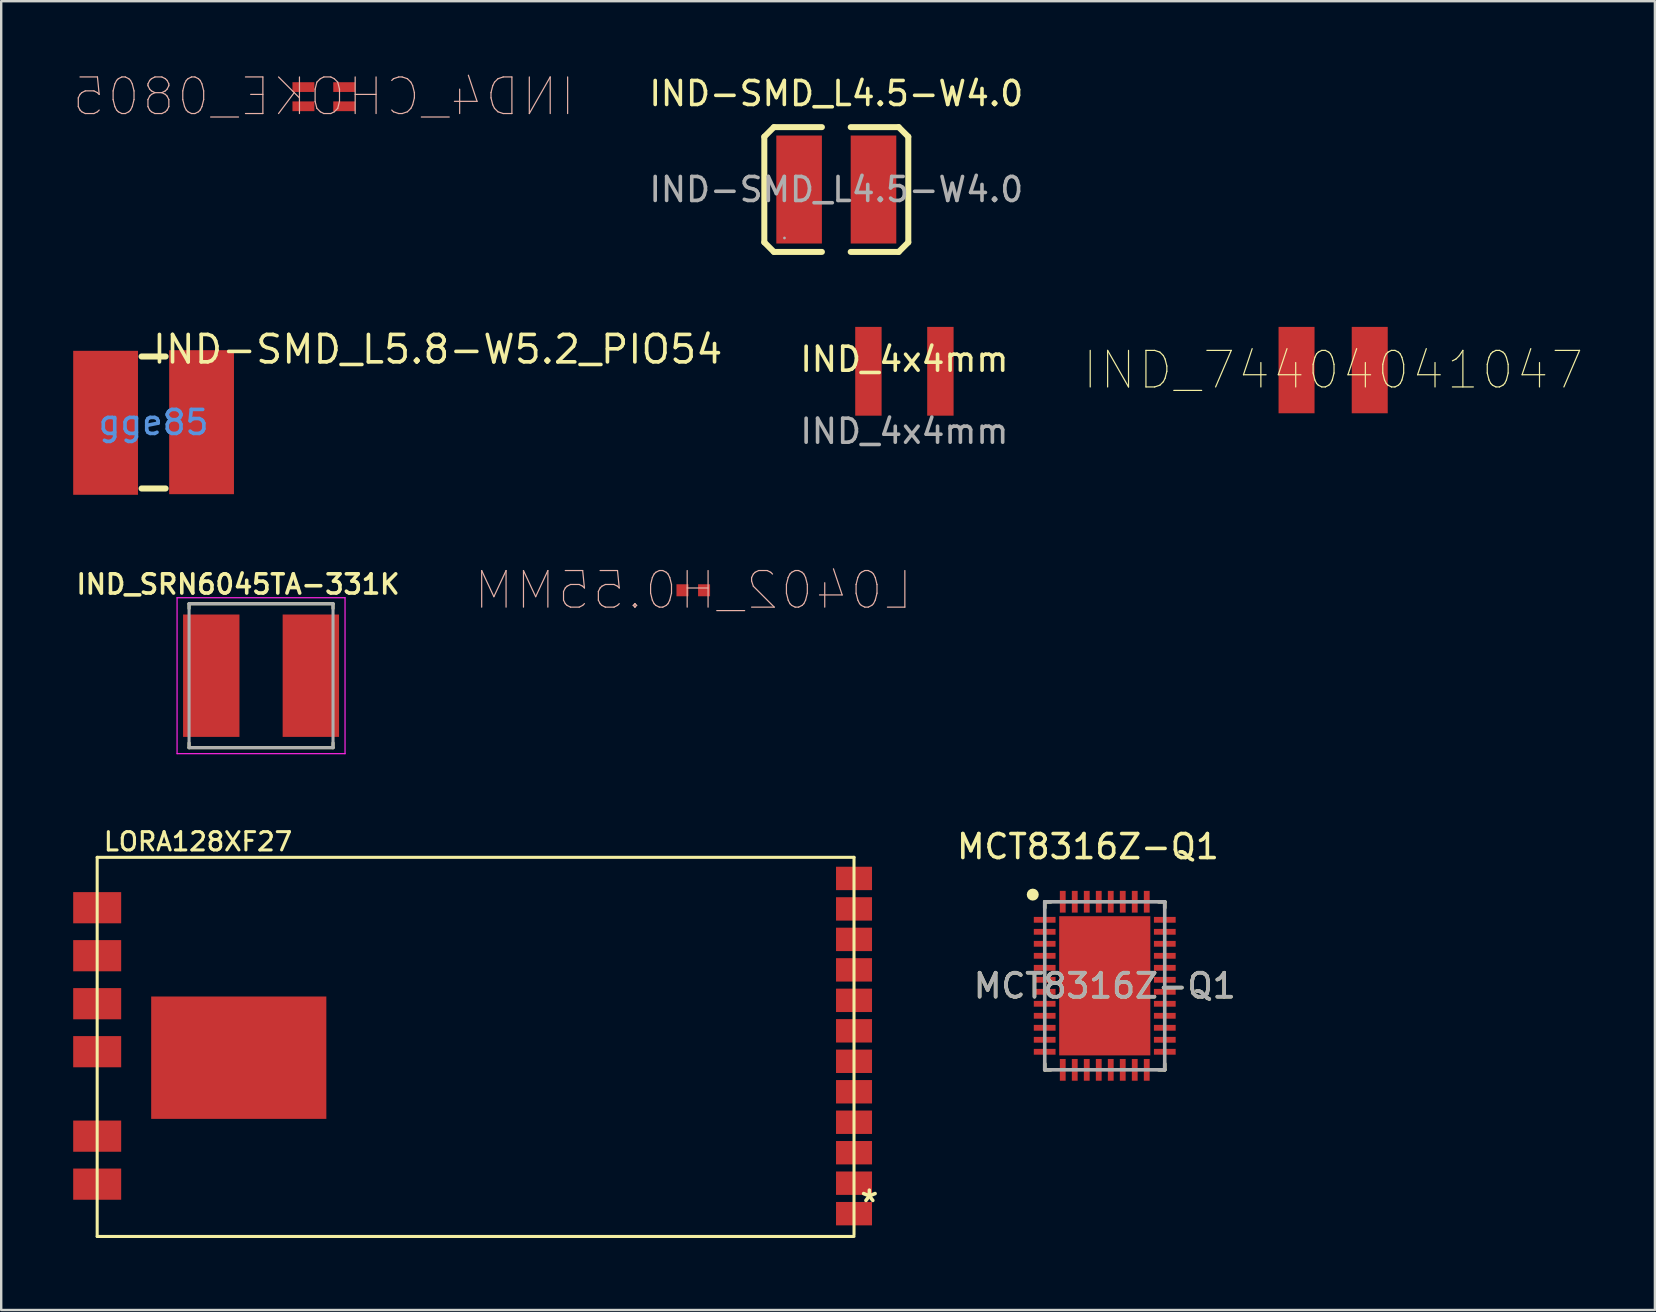
<source format=kicad_pcb>
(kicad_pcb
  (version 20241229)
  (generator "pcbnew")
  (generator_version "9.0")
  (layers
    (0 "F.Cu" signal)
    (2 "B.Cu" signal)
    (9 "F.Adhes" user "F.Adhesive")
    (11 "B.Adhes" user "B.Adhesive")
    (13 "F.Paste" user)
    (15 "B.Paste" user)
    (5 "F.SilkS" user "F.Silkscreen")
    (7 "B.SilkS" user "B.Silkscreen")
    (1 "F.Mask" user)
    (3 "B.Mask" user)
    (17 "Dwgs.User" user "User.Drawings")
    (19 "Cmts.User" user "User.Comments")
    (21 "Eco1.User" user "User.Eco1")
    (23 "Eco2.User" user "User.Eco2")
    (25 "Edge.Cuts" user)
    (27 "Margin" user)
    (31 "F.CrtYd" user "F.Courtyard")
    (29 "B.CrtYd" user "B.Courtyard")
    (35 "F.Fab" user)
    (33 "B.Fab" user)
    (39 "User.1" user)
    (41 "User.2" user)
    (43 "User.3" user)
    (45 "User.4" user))
  (footprint "IND_4x4mm"
    (layer "F.Cu")
    (at 34.64 12.423)
    (property "Reference" "IND_4x4mm" (at 0 -0.5 0) (unlocked yes) (layer "F.SilkS") (effects (font (size 1 1) (thickness 0.15))))
    (attr smd)
    (fp_text user "${REFERENCE}" (at 0 2.5 0) (unlocked yes) (layer "F.Fab") (effects (font (size 1 1) (thickness 0.15))))
    (pad "1" smd rect (at -1.5 0) (size 1.1 3.7) (layers "F.Cu" "F.Mask" "F.Paste"))
    (pad "2" smd rect (at 1.5 0) (size 1.1 3.7) (layers "F.Cu" "F.Mask" "F.Paste")))
  (footprint "MCT8316Z-Q1"
    (layer "F.Cu")
    (at 42.989 38.032)
    (property "Reference" "MCT8316Z-Q1" (at 0 0 0) (unlocked yes) (layer "F.SilkS") (effects (font (size 1 1) (thickness 0.15))))
    (attr smd)
    (fp_line (start -2.5 -3.5) (end -2.25 -3.5) (stroke (width 0.15) (type solid)) (layer "F.SilkS"))
    (fp_line (start -2.5 -3.25) (end -2.5 -3.5) (stroke (width 0.15) (type solid)) (layer "F.SilkS"))
    (fp_line (start -2.5 3.5) (end -2.5 3.25) (stroke (width 0.15) (type solid)) (layer "F.SilkS"))
    (fp_line (start -2.5 3.5) (end -2.25 3.5) (stroke (width 0.15) (type solid)) (layer "F.SilkS"))
    (fp_line (start 2.25 -3.5) (end 2.5 -3.5) (stroke (width 0.15) (type solid)) (layer "F.SilkS"))
    (fp_line (start 2.25 3.5) (end 2.5 3.5) (stroke (width 0.15) (type solid)) (layer "F.SilkS"))
    (fp_line (start 2.5 -3.25) (end 2.5 -3.5) (stroke (width 0.15) (type solid)) (layer "F.SilkS"))
    (fp_line (start 2.5 3.5) (end 2.5 3.25) (stroke (width 0.15) (type solid)) (layer "F.SilkS"))
    (fp_circle (center -3 -3.8) (end -2.875 -3.8) (stroke (width 0.25) (type solid)) (fill no) (layer "F.SilkS"))
    (fp_poly (pts (xy -1.278 -0.311) (xy 1.278 -0.311) (xy 1.278 -2.278) (xy -1.278 -2.278)) (stroke (width 0) (type solid)) (fill yes) (layer "F.Paste"))
    (fp_poly (pts (xy -1.278 2.278) (xy 1.278 2.278) (xy 1.278 0.311) (xy -1.278 0.311)) (stroke (width 0) (type solid)) (fill yes) (layer "F.Paste"))
    (fp_line (start -2.5 -3.5) (end 2.5 -3.5) (stroke (width 0.15) (type solid)) (layer "F.Fab"))
    (fp_line (start -2.5 3.5) (end -2.5 -3.5) (stroke (width 0.15) (type solid)) (layer "F.Fab"))
    (fp_line (start -2.5 3.5) (end 2.5 3.5) (stroke (width 0.15) (type solid)) (layer "F.Fab"))
    (fp_line (start 2.5 3.5) (end 2.5 -3.5) (stroke (width 0.15) (type solid)) (layer "F.Fab"))
    (fp_text user "MCT8316Z-Q1" (at -0.7 -5.8 0) (unlocked yes) (layer "F.SilkS") (effects (font (size 1 1) (thickness 0.15))))
    (fp_text user "${REFERENCE}" (at 0 0 0) (unlocked yes) (layer "F.Fab") (effects (font (size 1 1) (thickness 0.15))))
    (pad "1" smd rect (at -2.503 -2.75 90) (size 0.242 0.906) (layers "F.Cu" "F.Mask" "F.Paste"))
    (pad "2" smd rect (at -2.503 -2.25 90) (size 0.242 0.906) (layers "F.Cu" "F.Mask" "F.Paste"))
    (pad "3" smd rect (at -2.503 -1.75 90) (size 0.242 0.906) (layers "F.Cu" "F.Mask" "F.Paste"))
    (pad "4" smd rect (at -2.503 -1.25 90) (size 0.242 0.906) (layers "F.Cu" "F.Mask" "F.Paste"))
    (pad "5" smd rect (at -2.503 -0.75 90) (size 0.242 0.906) (layers "F.Cu" "F.Mask" "F.Paste"))
    (pad "6" smd rect (at -2.503 -0.25 90) (size 0.242 0.906) (layers "F.Cu" "F.Mask" "F.Paste"))
    (pad "7" smd rect (at -2.503 0.25 90) (size 0.242 0.906) (layers "F.Cu" "F.Mask" "F.Paste"))
    (pad "8" smd rect (at -2.503 0.75 90) (size 0.242 0.906) (layers "F.Cu" "F.Mask" "F.Paste"))
    (pad "9" smd rect (at -2.503 1.25 90) (size 0.242 0.906) (layers "F.Cu" "F.Mask" "F.Paste"))
    (pad "10" smd rect (at -2.503 1.75 90) (size 0.242 0.906) (layers "F.Cu" "F.Mask" "F.Paste"))
    (pad "11" smd rect (at -2.503 2.25 90) (size 0.242 0.906) (layers "F.Cu" "F.Mask" "F.Paste"))
    (pad "12" smd rect (at -2.503 2.75 90) (size 0.242 0.906) (layers "F.Cu" "F.Mask" "F.Paste"))
    (pad "13" smd rect (at -1.75 3.503) (size 0.242 0.906) (layers "F.Cu" "F.Mask" "F.Paste"))
    (pad "14" smd rect (at -1.25 3.503) (size 0.242 0.906) (layers "F.Cu" "F.Mask" "F.Paste"))
    (pad "15" smd rect (at -0.75 3.503) (size 0.242 0.906) (layers "F.Cu" "F.Mask" "F.Paste"))
    (pad "16" smd rect (at -0.25 3.503) (size 0.242 0.906) (layers "F.Cu" "F.Mask" "F.Paste"))
    (pad "17" smd rect (at 0.25 3.503) (size 0.242 0.906) (layers "F.Cu" "F.Mask" "F.Paste"))
    (pad "18" smd rect (at 0.75 3.503) (size 0.242 0.906) (layers "F.Cu" "F.Mask" "F.Paste"))
    (pad "19" smd rect (at 1.25 3.503) (size 0.242 0.906) (layers "F.Cu" "F.Mask" "F.Paste"))
    (pad "20" smd rect (at 1.75 3.503) (size 0.242 0.906) (layers "F.Cu" "F.Mask" "F.Paste"))
    (pad "21" smd rect (at 2.503 2.75 90) (size 0.242 0.906) (layers "F.Cu" "F.Mask" "F.Paste"))
    (pad "22" smd rect (at 2.503 2.25 90) (size 0.242 0.906) (layers "F.Cu" "F.Mask" "F.Paste"))
    (pad "23" smd rect (at 2.503 1.75 90) (size 0.242 0.906) (layers "F.Cu" "F.Mask" "F.Paste"))
    (pad "24" smd rect (at 2.503 1.25 90) (size 0.242 0.906) (layers "F.Cu" "F.Mask" "F.Paste"))
    (pad "25" smd rect (at 2.503 0.75 90) (size 0.242 0.906) (layers "F.Cu" "F.Mask" "F.Paste"))
    (pad "26" smd rect (at 2.503 0.25 90) (size 0.242 0.906) (layers "F.Cu" "F.Mask" "F.Paste"))
    (pad "27" smd rect (at 2.503 -0.25 90) (size 0.242 0.906) (layers "F.Cu" "F.Mask" "F.Paste"))
    (pad "28" smd rect (at 2.503 -0.75 90) (size 0.242 0.906) (layers "F.Cu" "F.Mask" "F.Paste"))
    (pad "29" smd rect (at 2.503 -1.25 90) (size 0.242 0.906) (layers "F.Cu" "F.Mask" "F.Paste"))
    (pad "30" smd rect (at 2.503 -1.75 90) (size 0.242 0.906) (layers "F.Cu" "F.Mask" "F.Paste"))
    (pad "31" smd rect (at 2.503 -2.25 90) (size 0.242 0.906) (layers "F.Cu" "F.Mask" "F.Paste"))
    (pad "32" smd rect (at 2.503 -2.75 90) (size 0.242 0.906) (layers "F.Cu" "F.Mask" "F.Paste"))
    (pad "33" smd rect (at 1.75 -3.503) (size 0.242 0.906) (layers "F.Cu" "F.Mask" "F.Paste"))
    (pad "34" smd rect (at 1.25 -3.503) (size 0.242 0.906) (layers "F.Cu" "F.Mask" "F.Paste"))
    (pad "35" smd rect (at 0.75 -3.503) (size 0.242 0.906) (layers "F.Cu" "F.Mask" "F.Paste"))
    (pad "36" smd rect (at 0.25 -3.503) (size 0.242 0.906) (layers "F.Cu" "F.Mask" "F.Paste"))
    (pad "37" smd rect (at -0.25 -3.503) (size 0.242 0.906) (layers "F.Cu" "F.Mask" "F.Paste"))
    (pad "38" smd rect (at -0.75 -3.503) (size 0.242 0.906) (layers "F.Cu" "F.Mask" "F.Paste"))
    (pad "39" smd rect (at -1.25 -3.503) (size 0.242 0.906) (layers "F.Cu" "F.Mask" "F.Paste"))
    (pad "40" smd rect (at -1.75 -3.503) (size 0.242 0.906) (layers "F.Cu" "F.Mask" "F.Paste"))
    (pad "41" smd rect (at 0 0) (size 3.8 5.8) (layers "F.Cu" "F.Mask")))
  (footprint "L0402_H0.55MM"
    (layer "F.Cu")
    (at 25.841 21.549)
    (property "Reference" "L0402_H0.55MM" (at 0 0 0) (layer "B.SilkS") (effects (font (size 1.524 1.524) (thickness 0.05)) (justify mirror)))
    (attr smd)
    (pad "1" smd rect (at -0.45 0 270) (size 0.5 0.5) (layers "F.Cu"))
    (pad "2" smd rect (at 0.45 0 270) (size 0.5 0.5) (layers "F.Cu")))
  (footprint "IND-SMD_L5.8-W5.2_PIO54"
    (layer "F.Cu")
    (at 3.35 14.557)
    (property "Reference" "IND-SMD_L5.8-W5.2_PIO54" (at -0.127 -3.048 0) (layer "F.SilkS") (effects (font (size 1.143 1.143) (thickness 0.152)) (justify left)))
    (attr smd)
    (fp_line (start -0.5 -2.75) (end 0.5 -2.75) (stroke (width 0.254) (type solid)) (layer "F.SilkS"))
    (fp_line (start -0.5 2.75) (end 0.5 2.75) (stroke (width 0.254) (type solid)) (layer "F.SilkS"))
    (fp_text user "gge85" (at 0 0 0) (layer "Cmts.User") (effects (font (size 1 1) (thickness 0.15))))
    (pad "1" smd rect (at -2 0.013 90) (size 6 2.7) (layers "F.Cu" "F.Mask" "F.Paste"))
    (pad "2" smd rect (at 2 -0.013 90) (size 6 2.7) (layers "F.Cu" "F.Mask" "F.Paste")))
  (footprint "IND_SRN6045TA-331K"
    (layer "F.Cu")
    (at 7.829 25.109)
    (property "Reference" "IND_SRN6045TA-331K" (at -0.96 -3.808 0) (layer "F.SilkS") (effects (font (size 0.8 0.8) (thickness 0.15))))
    (attr smd)
    (fp_line (start -3 -3) (end 3 -3) (stroke (width 0.127) (type solid)) (layer "F.SilkS"))
    (fp_line (start -3 -2.8) (end -3 -3) (stroke (width 0.127) (type solid)) (layer "F.SilkS"))
    (fp_line (start -3 2.8) (end -3 3) (stroke (width 0.127) (type solid)) (layer "F.SilkS"))
    (fp_line (start -3 3) (end 3 3) (stroke (width 0.127) (type solid)) (layer "F.SilkS"))
    (fp_line (start 3 -3) (end 3 -2.8) (stroke (width 0.127) (type solid)) (layer "F.SilkS"))
    (fp_line (start 3 3) (end 3 2.8) (stroke (width 0.127) (type solid)) (layer "F.SilkS"))
    (fp_line (start -3.5 -3.25) (end 3.5 -3.25) (stroke (width 0.05) (type solid)) (layer "F.CrtYd"))
    (fp_line (start -3.5 3.25) (end -3.5 -3.25) (stroke (width 0.05) (type solid)) (layer "F.CrtYd"))
    (fp_line (start 3.5 -3.25) (end 3.5 3.25) (stroke (width 0.05) (type solid)) (layer "F.CrtYd"))
    (fp_line (start 3.5 3.25) (end -3.5 3.25) (stroke (width 0.05) (type solid)) (layer "F.CrtYd"))
    (fp_line (start -3 -3) (end 3 -3) (stroke (width 0.127) (type solid)) (layer "F.Fab"))
    (fp_line (start -3 3) (end -3 -3) (stroke (width 0.127) (type solid)) (layer "F.Fab"))
    (fp_line (start 3 -3) (end 3 3) (stroke (width 0.127) (type solid)) (layer "F.Fab"))
    (fp_line (start 3 3) (end -3 3) (stroke (width 0.127) (type solid)) (layer "F.Fab"))
    (pad "1" smd rect (at -2.075 0 90) (size 5.1 2.35) (layers "F.Cu" "F.Mask" "F.Paste"))
    (pad "2" smd rect (at 2.075 0 90) (size 5.1 2.35) (layers "F.Cu" "F.Mask" "F.Paste")))
  (footprint "LORA128XF27"
    (layer "F.Cu")
    (at 1 33.278)
    (property "Reference" "LORA128XF27" (at 0.2 -1.7 0) (layer "F.SilkS") (effects (font (size 0.762 0.762) (thickness 0.127)) (justify left top)))
    (attr smd)
    (fp_line (start 0 15.2) (end 0 -0.6) (stroke (width 0.127) (type solid)) (layer "F.SilkS"))
    (fp_line (start 31.54 -0.6) (end 0 -0.6) (stroke (width 0.127) (type solid)) (layer "F.SilkS"))
    (fp_line (start 31.54 15.13) (end 31.54 -0.6) (stroke (width 0.127) (type solid)) (layer "F.SilkS"))
    (fp_line (start 31.54 15.2) (end 0 15.2) (stroke (width 0.127) (type solid)) (layer "F.SilkS"))
    (fp_rect (start 2.652 5.77) (end 4.388 6.71) (stroke (width 0.12) (type solid)) (fill yes) (layer "F.Paste"))
    (fp_rect (start 2.652 7.26) (end 4.388 8.2) (stroke (width 0.12) (type solid)) (fill yes) (layer "F.Paste"))
    (fp_rect (start 2.652 8.75) (end 4.388 9.69) (stroke (width 0.12) (type solid)) (fill yes) (layer "F.Paste"))
    (fp_rect (start 5.048 5.77) (end 6.782 6.71) (stroke (width 0.12) (type solid)) (fill yes) (layer "F.Paste"))
    (fp_rect (start 5.048 7.26) (end 6.782 8.2) (stroke (width 0.12) (type solid)) (fill yes) (layer "F.Paste"))
    (fp_rect (start 5.048 8.75) (end 6.782 9.69) (stroke (width 0.12) (type solid)) (fill yes) (layer "F.Paste"))
    (fp_rect (start 7.442 5.77) (end 9.178 6.71) (stroke (width 0.12) (type solid)) (fill yes) (layer "F.Paste"))
    (fp_rect (start 7.442 7.26) (end 9.178 8.2) (stroke (width 0.12) (type solid)) (fill yes) (layer "F.Paste"))
    (fp_rect (start 7.442 8.75) (end 9.178 9.69) (stroke (width 0.12) (type solid)) (fill yes) (layer "F.Paste"))
    (fp_text user "*" (at 31.7 14.4 0) (unlocked yes) (layer "F.SilkS") (effects (font (size 1 1) (thickness 0.15)) (justify left bottom)))
    (pad "1" smd rect (at 31.54 14.25 180) (size 1.5 0.975) (layers "F.Cu" "F.Mask" "F.Paste"))
    (pad "2" smd rect (at 31.54 12.98 180) (size 1.5 0.975) (layers "F.Cu" "F.Mask" "F.Paste"))
    (pad "3" smd rect (at 31.54 11.71 180) (size 1.5 0.975) (layers "F.Cu" "F.Mask" "F.Paste"))
    (pad "4" smd rect (at 31.54 10.44 180) (size 1.5 0.975) (layers "F.Cu" "F.Mask" "F.Paste"))
    (pad "5" smd rect (at 31.54 9.17 180) (size 1.5 0.975) (layers "F.Cu" "F.Mask" "F.Paste"))
    (pad "6" smd rect (at 31.54 7.9 180) (size 1.5 0.975) (layers "F.Cu" "F.Mask" "F.Paste"))
    (pad "7" smd rect (at 31.54 6.63 180) (size 1.5 0.975) (layers "F.Cu" "F.Mask" "F.Paste"))
    (pad "8" smd rect (at 31.54 5.36 180) (size 1.5 0.975) (layers "F.Cu" "F.Mask" "F.Paste"))
    (pad "9" smd rect (at 31.54 4.09 180) (size 1.5 0.975) (layers "F.Cu" "F.Mask" "F.Paste"))
    (pad "10" smd rect (at 31.54 2.82 180) (size 1.5 0.975) (layers "F.Cu" "F.Mask" "F.Paste"))
    (pad "11" smd rect (at 31.54 1.55 180) (size 1.5 0.975) (layers "F.Cu" "F.Mask" "F.Paste"))
    (pad "12" smd rect (at 31.54 0.28 180) (size 1.5 0.975) (layers "F.Cu" "F.Mask" "F.Paste"))
    (pad "13" smd rect (at 0 1.5 180) (size 2 1.3) (layers "F.Cu" "F.Mask" "F.Paste"))
    (pad "14" smd rect (at 0 3.5 180) (size 2 1.3) (layers "F.Cu" "F.Mask" "F.Paste"))
    (pad "15" smd rect (at 0 5.5 180) (size 2 1.3) (layers "F.Cu" "F.Mask" "F.Paste"))
    (pad "16" smd rect (at 0 7.5 180) (size 2 1.3) (layers "F.Cu" "F.Mask" "F.Paste"))
    (pad "17" smd rect (at 0 11.02 180) (size 2 1.3) (layers "F.Cu" "F.Mask" "F.Paste"))
    (pad "18" smd rect (at 0 13.02 180) (size 2 1.3) (layers "F.Cu" "F.Mask" "F.Paste"))
    (pad "19" smd rect (at 5.9 7.75 180) (size 7.3 5.1) (layers "F.Cu" "F.Mask")))
  (footprint "IND_74404041047"
    (layer "F.Cu")
    (at 52.507 12.373)
    (property "Reference" "IND_74404041047" (at 0 0 0) (layer "F.SilkS") (effects (font (size 1.524 1.524) (thickness 0.05))))
    (attr smd)
    (pad "1" smd rect (at -1.525 0 180) (size 1.5 3.6) (layers "F.Cu"))
    (pad "2" smd rect (at 1.525 0) (size 1.5 3.6) (layers "F.Cu")))
  (footprint "IND4_CHOKE_0805"
    (layer "F.Cu")
    (at 10.445 0.979)
    (property "Reference" "IND4_CHOKE_0805" (at 0 0 0) (layer "B.SilkS") (effects (font (size 1.524 1.524) (thickness 0.05)) (justify mirror)))
    (attr smd)
    (pad "1" smd rect (at 0.85 -0.4 180) (size 0.914 0.406) (layers "F.Cu" "F.Mask" "F.Paste"))
    (pad "2" smd rect (at -0.85 -0.4 180) (size 0.914 0.406) (layers "F.Cu" "F.Mask" "F.Paste"))
    (pad "3" smd rect (at -0.85 0.4 180) (size 0.914 0.406) (layers "F.Cu" "F.Mask" "F.Paste"))
    (pad "4" smd rect (at 0.85 0.4 180) (size 0.914 0.406) (layers "F.Cu" "F.Mask" "F.Paste")))
  (footprint "IND-SMD_L4.5-W4.0"
    (layer "F.Cu")
    (at 31.802 4.848)
    (property "Reference" "IND-SMD_L4.5-W4.0" (at 0 -4 0) (layer "F.SilkS") (effects (font (size 1 1) (thickness 0.15))))
    (attr smd)
    (fp_line (start -3 -2.2) (end -2.6 -2.6) (stroke (width 0.25) (type solid)) (layer "F.SilkS"))
    (fp_line (start -3 2.2) (end -3 -2.2) (stroke (width 0.25) (type solid)) (layer "F.SilkS"))
    (fp_line (start -2.6 -2.6) (end -0.6 -2.6) (stroke (width 0.25) (type solid)) (layer "F.SilkS"))
    (fp_line (start -2.6 2.6) (end -3 2.2) (stroke (width 0.25) (type solid)) (layer "F.SilkS"))
    (fp_line (start -0.6 2.6) (end -2.6 2.6) (stroke (width 0.25) (type solid)) (layer "F.SilkS"))
    (fp_line (start 0.6 -2.6) (end 2.6 -2.6) (stroke (width 0.25) (type solid)) (layer "F.SilkS"))
    (fp_line (start 2.6 -2.6) (end 3 -2.2) (stroke (width 0.25) (type solid)) (layer "F.SilkS"))
    (fp_line (start 2.6 2.6) (end 0.6 2.6) (stroke (width 0.25) (type solid)) (layer "F.SilkS"))
    (fp_line (start 3 -2.2) (end 3 2.2) (stroke (width 0.25) (type solid)) (layer "F.SilkS"))
    (fp_line (start 3 2.2) (end 2.6 2.6) (stroke (width 0.25) (type solid)) (layer "F.SilkS"))
    (fp_circle (center -2.16 2.02) (end -2.13 2.02) (stroke (width 0.06) (type solid)) (fill no) (layer "F.Fab"))
    (fp_text user "${REFERENCE}" (at 0 0 0) (layer "F.Fab") (effects (font (size 1 1) (thickness 0.15))))
    (pad "1" smd rect (at -1.55 0) (size 1.9 4.5) (layers "F.Cu" "F.Mask" "F.Paste"))
    (pad "2" smd rect (at 1.55 0) (size 1.9 4.5) (layers "F.Cu" "F.Mask" "F.Paste")))
  (gr_rect
    (start -3 -3)
    (end 65.916 51.542)
    (stroke (width 0.1) (type default))
    (fill no)
    (layer "Edge.Cuts")))
</source>
